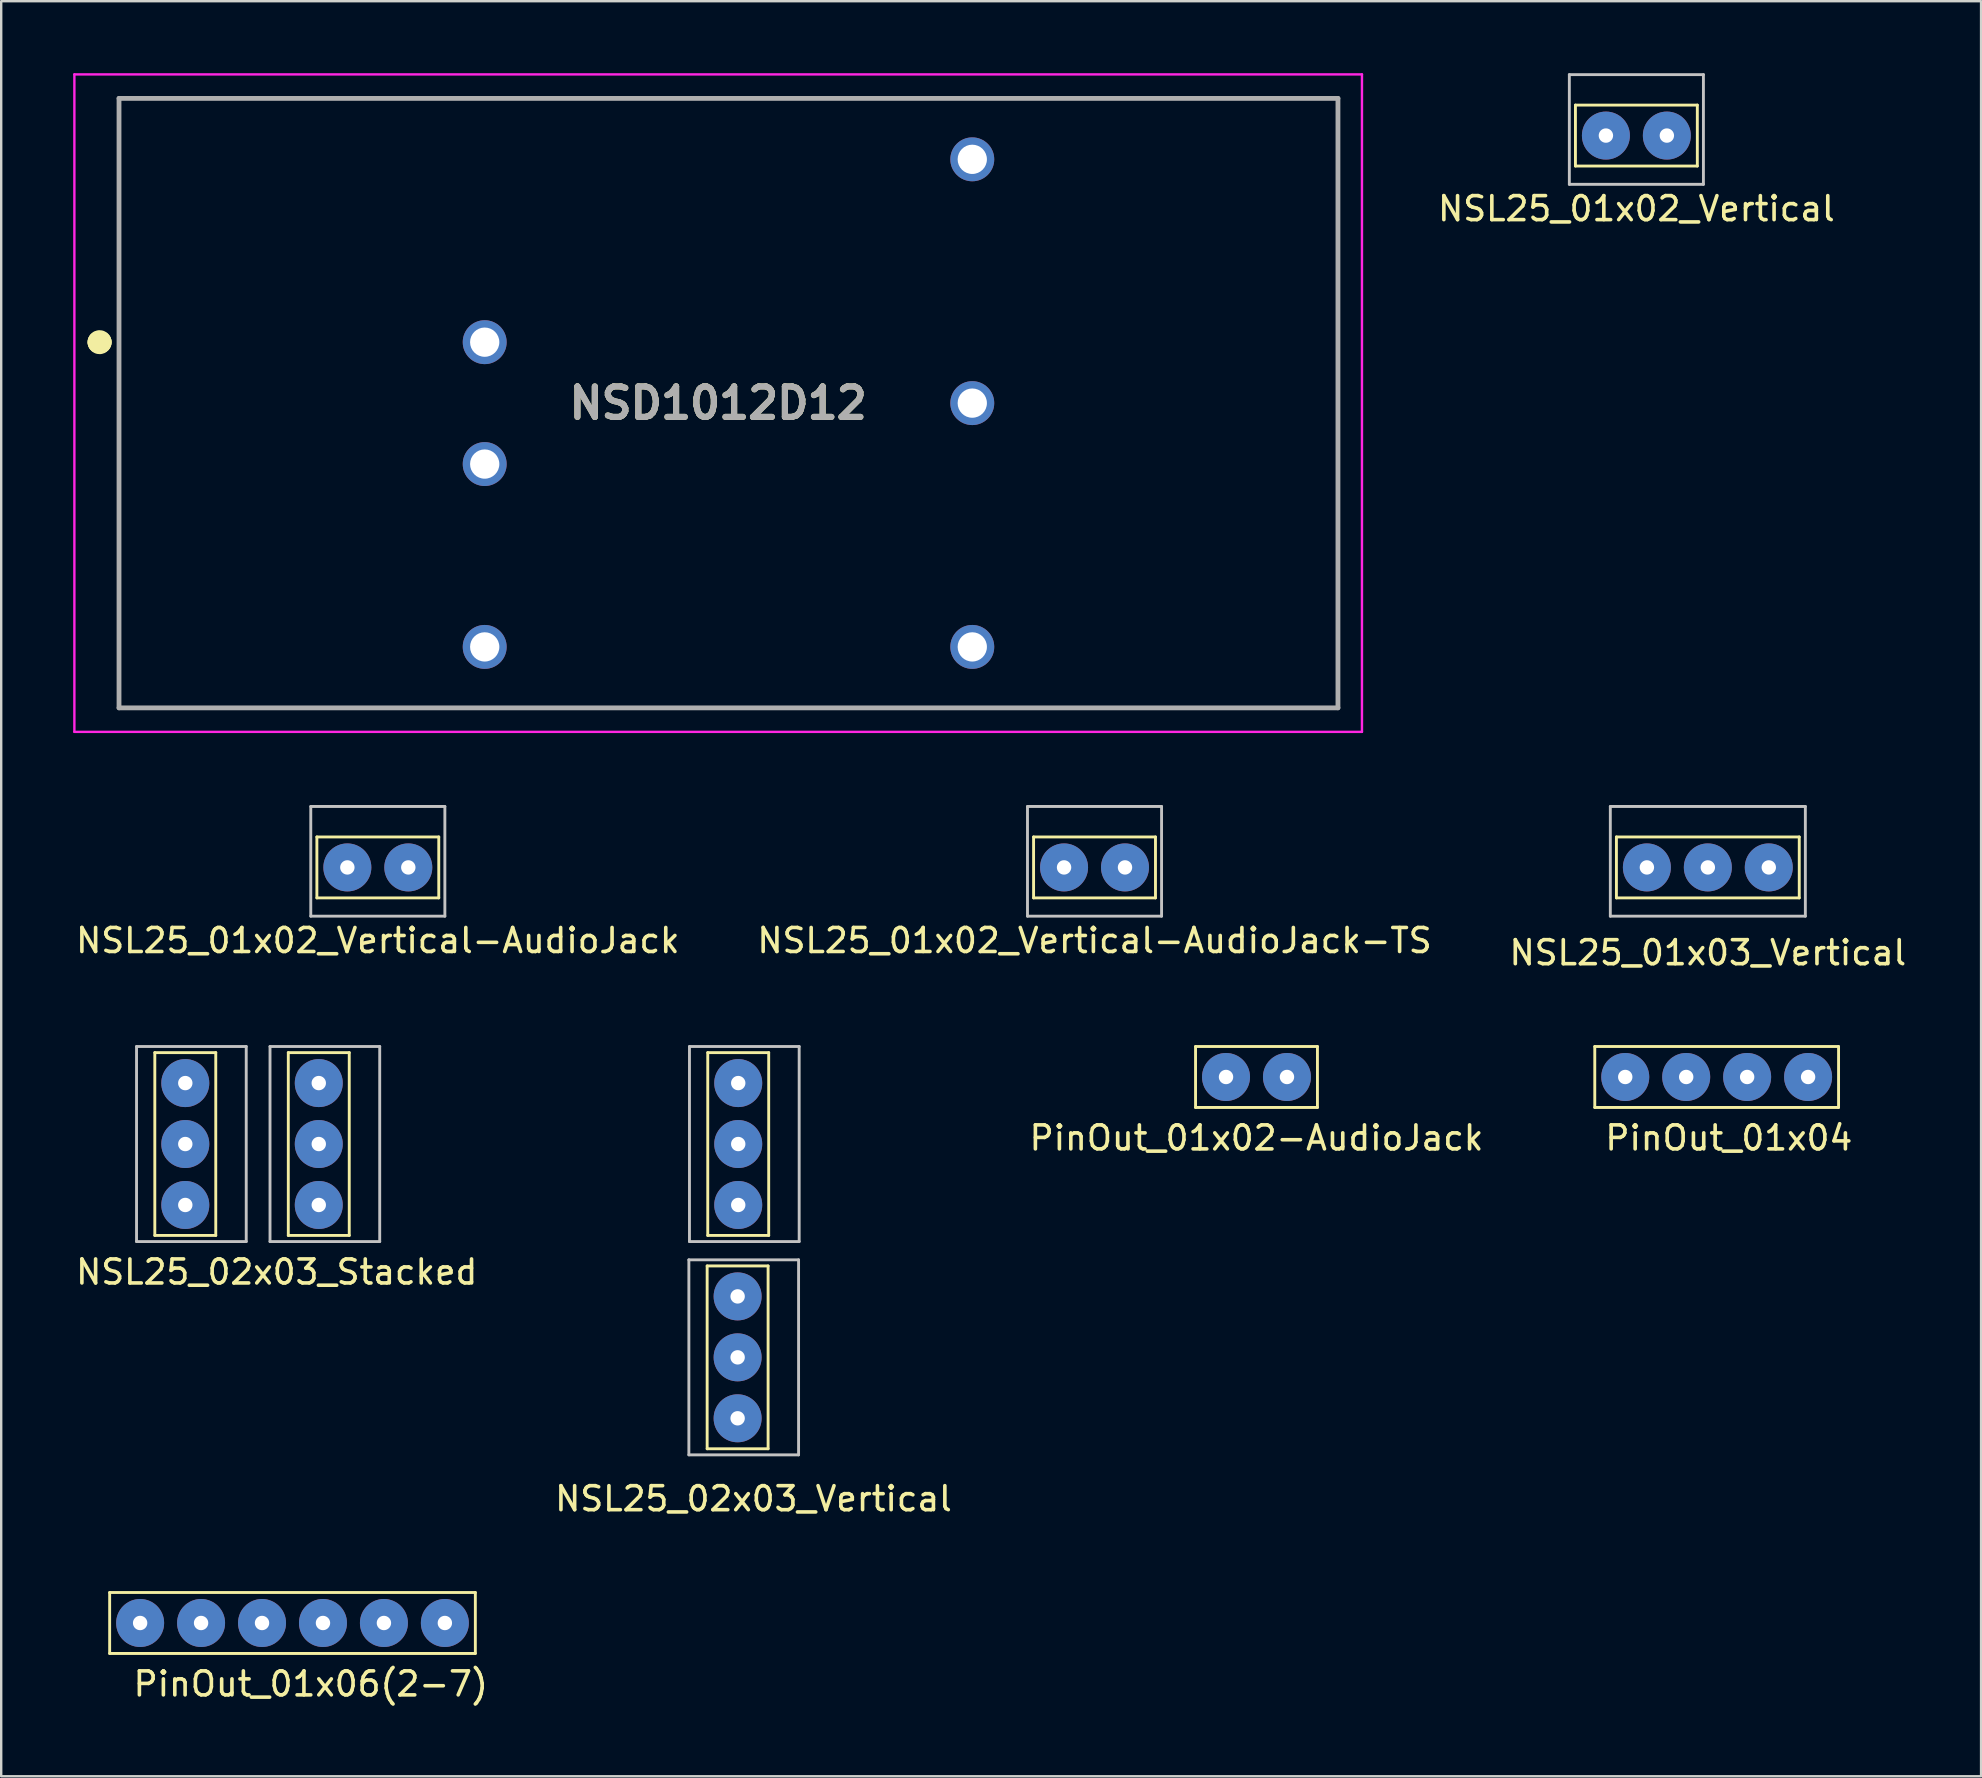
<source format=kicad_pcb>
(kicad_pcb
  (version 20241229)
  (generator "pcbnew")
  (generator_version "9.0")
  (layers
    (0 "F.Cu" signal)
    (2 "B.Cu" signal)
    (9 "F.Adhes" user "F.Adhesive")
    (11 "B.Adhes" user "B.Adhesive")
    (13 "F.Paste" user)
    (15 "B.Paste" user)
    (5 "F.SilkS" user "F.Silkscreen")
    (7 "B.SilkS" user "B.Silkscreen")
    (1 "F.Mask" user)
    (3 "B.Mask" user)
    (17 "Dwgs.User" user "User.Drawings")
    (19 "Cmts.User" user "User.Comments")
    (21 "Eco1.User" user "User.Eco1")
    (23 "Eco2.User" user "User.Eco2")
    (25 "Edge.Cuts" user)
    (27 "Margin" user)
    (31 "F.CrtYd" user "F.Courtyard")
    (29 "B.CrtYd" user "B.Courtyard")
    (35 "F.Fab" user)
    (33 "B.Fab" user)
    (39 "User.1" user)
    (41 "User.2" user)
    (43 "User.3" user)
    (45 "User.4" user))
  (footprint "NSL25_02x03_Vertical"
    (layer "F.Cu")
    (at 27.843 42.139)
    (property "Reference" "NSL25_02x03_Vertical" (at 0.508 17.272 0) (layer "F.SilkS") (effects (font (size 1 1) (thickness 0.15))))
    (attr through_hole)
    (fp_line (start -1.422 7.569) (end 1.118 7.569) (stroke (width 0.12) (type solid)) (layer "F.SilkS"))
    (fp_line (start -1.422 15.189) (end -1.422 7.569) (stroke (width 0.12) (type solid)) (layer "F.SilkS"))
    (fp_line (start -1.397 -1.321) (end 1.143 -1.321) (stroke (width 0.12) (type solid)) (layer "F.SilkS"))
    (fp_line (start -1.397 6.299) (end -1.397 -1.321) (stroke (width 0.12) (type solid)) (layer "F.SilkS"))
    (fp_line (start 1.118 7.569) (end 1.118 15.189) (stroke (width 0.12) (type solid)) (layer "F.SilkS"))
    (fp_line (start 1.118 15.189) (end -1.422 15.189) (stroke (width 0.12) (type solid)) (layer "F.SilkS"))
    (fp_line (start 1.143 -1.321) (end 1.143 6.299) (stroke (width 0.12) (type solid)) (layer "F.SilkS"))
    (fp_line (start 1.143 6.299) (end -1.397 6.299) (stroke (width 0.12) (type solid)) (layer "F.SilkS"))
    (fp_line (start -2.184 7.315) (end -2.184 15.443) (stroke (width 0.12) (type solid)) (layer "Dwgs.User"))
    (fp_line (start -2.159 -1.575) (end -2.159 6.553) (stroke (width 0.12) (type solid)) (layer "Dwgs.User"))
    (fp_line (start 2.388 7.315) (end -2.184 7.315) (stroke (width 0.12) (type solid)) (layer "Dwgs.User"))
    (fp_line (start 2.388 15.443) (end -2.184 15.443) (stroke (width 0.12) (type solid)) (layer "Dwgs.User"))
    (fp_line (start 2.388 15.443) (end 2.388 7.315) (stroke (width 0.12) (type solid)) (layer "Dwgs.User"))
    (fp_line (start 2.413 -1.575) (end -2.159 -1.575) (stroke (width 0.12) (type solid)) (layer "Dwgs.User"))
    (fp_line (start 2.413 6.553) (end -2.159 6.553) (stroke (width 0.12) (type solid)) (layer "Dwgs.User"))
    (fp_line (start 2.413 6.553) (end 2.413 -1.575) (stroke (width 0.12) (type solid)) (layer "Dwgs.User"))
    (pad "1" thru_hole circle (at -0.127 -0.051 270) (size 2 2) (drill 0.6) (layers "*.Cu" "*.Mask"))
    (pad "2" thru_hole circle (at -0.127 2.489 270) (size 2 2) (drill 0.6) (layers "*.Cu" "*.Mask"))
    (pad "3" thru_hole circle (at -0.127 5.029 270) (size 2 2) (drill 0.6) (layers "*.Cu" "*.Mask"))
    (pad "4" thru_hole circle (at -0.152 8.839 270) (size 2 2) (drill 0.6) (layers "*.Cu" "*.Mask"))
    (pad "5" thru_hole circle (at -0.152 11.379 270) (size 2 2) (drill 0.6) (layers "*.Cu" "*.Mask"))
    (pad "6" thru_hole circle (at -0.152 13.919 270) (size 2 2) (drill 0.6) (layers "*.Cu" "*.Mask")))
  (footprint "PinOut_01x04"
    (layer "F.Cu")
    (at 62.143 41.834)
    (property "Reference" "PinOut_01x04" (at 6.858 2.54 0) (layer "F.SilkS") (effects (font (size 1 1) (thickness 0.15))))
    (attr through_hole)
    (fp_line (start 1.27 -1.27) (end 11.43 -1.27) (stroke (width 0.12) (type solid)) (layer "F.SilkS"))
    (fp_line (start 1.27 1.27) (end 1.27 -1.27) (stroke (width 0.12) (type solid)) (layer "F.SilkS"))
    (fp_line (start 11.43 -1.27) (end 11.43 1.27) (stroke (width 0.12) (type solid)) (layer "F.SilkS"))
    (fp_line (start 11.43 1.27) (end 1.27 1.27) (stroke (width 0.12) (type solid)) (layer "F.SilkS"))
    (pad "1" thru_hole circle (at 2.54 0) (size 2 2) (drill 0.6) (layers "*.Cu" "*.Mask"))
    (pad "2" thru_hole circle (at 5.08 0) (size 2 2) (drill 0.6) (layers "*.Cu" "*.Mask"))
    (pad "3" thru_hole circle (at 7.62 0) (size 2 2) (drill 0.6) (layers "*.Cu" "*.Mask"))
    (pad "4" thru_hole circle (at 10.16 0) (size 2 2) (drill 0.6) (layers "*.Cu" "*.Mask")))
  (footprint "NSL25_01x02_Vertical"
    (layer "F.Cu")
    (at 63.877 2.6)
    (property "Reference" "NSL25_01x02_Vertical" (at 1.27 3.048 0) (layer "F.SilkS") (effects (font (size 1 1) (thickness 0.15))))
    (attr through_hole)
    (fp_line (start -1.27 -1.27) (end 3.81 -1.27) (stroke (width 0.12) (type solid)) (layer "F.SilkS"))
    (fp_line (start -1.27 1.27) (end -1.27 -1.27) (stroke (width 0.12) (type solid)) (layer "F.SilkS"))
    (fp_line (start 3.81 -1.27) (end 3.81 1.27) (stroke (width 0.12) (type solid)) (layer "F.SilkS"))
    (fp_line (start 3.81 1.27) (end -1.27 1.27) (stroke (width 0.12) (type solid)) (layer "F.SilkS"))
    (fp_line (start -1.524 -2.54) (end -1.524 2.032) (stroke (width 0.12) (type solid)) (layer "Dwgs.User"))
    (fp_line (start -1.524 2.032) (end 4.064 2.032) (stroke (width 0.12) (type solid)) (layer "Dwgs.User"))
    (fp_line (start 4.064 -2.54) (end -1.524 -2.54) (stroke (width 0.12) (type solid)) (layer "Dwgs.User"))
    (fp_line (start 4.064 2.032) (end 4.064 -2.54) (stroke (width 0.12) (type solid)) (layer "Dwgs.User"))
    (pad "1" thru_hole circle (at 0 0) (size 2 2) (drill 0.6) (layers "*.Cu" "*.Mask"))
    (pad "2" thru_hole circle (at 2.54 0) (size 2 2) (drill 0.6) (layers "*.Cu" "*.Mask")))
  (footprint "NSL25_02x03_Stacked"
    (layer "F.Cu")
    (at 7.339 44.425)
    (property "Reference" "NSL25_02x03_Stacked" (at 1.143 5.537 0) (layer "F.SilkS") (effects (font (size 1 1) (thickness 0.15))))
    (attr through_hole)
    (fp_line (start -3.937 -3.607) (end -1.397 -3.607) (stroke (width 0.12) (type solid)) (layer "F.SilkS"))
    (fp_line (start -3.937 4.013) (end -3.937 -3.607) (stroke (width 0.12) (type solid)) (layer "F.SilkS"))
    (fp_line (start -1.397 -3.607) (end -1.397 4.013) (stroke (width 0.12) (type solid)) (layer "F.SilkS"))
    (fp_line (start -1.397 4.013) (end -3.937 4.013) (stroke (width 0.12) (type solid)) (layer "F.SilkS"))
    (fp_line (start 1.626 -3.607) (end 4.166 -3.607) (stroke (width 0.12) (type solid)) (layer "F.SilkS"))
    (fp_line (start 1.626 4.013) (end 1.626 -3.607) (stroke (width 0.12) (type solid)) (layer "F.SilkS"))
    (fp_line (start 4.166 -3.607) (end 4.166 4.013) (stroke (width 0.12) (type solid)) (layer "F.SilkS"))
    (fp_line (start 4.166 4.013) (end 1.626 4.013) (stroke (width 0.12) (type solid)) (layer "F.SilkS"))
    (fp_line (start -4.699 -3.861) (end -4.699 4.267) (stroke (width 0.12) (type solid)) (layer "Dwgs.User"))
    (fp_line (start -0.127 -3.861) (end -4.699 -3.861) (stroke (width 0.12) (type solid)) (layer "Dwgs.User"))
    (fp_line (start -0.127 4.267) (end -4.699 4.267) (stroke (width 0.12) (type solid)) (layer "Dwgs.User"))
    (fp_line (start -0.127 4.267) (end -0.127 -3.861) (stroke (width 0.12) (type solid)) (layer "Dwgs.User"))
    (fp_line (start 0.864 -3.861) (end 0.864 4.267) (stroke (width 0.12) (type solid)) (layer "Dwgs.User"))
    (fp_line (start 5.436 -3.861) (end 0.864 -3.861) (stroke (width 0.12) (type solid)) (layer "Dwgs.User"))
    (fp_line (start 5.436 4.267) (end 0.864 4.267) (stroke (width 0.12) (type solid)) (layer "Dwgs.User"))
    (fp_line (start 5.436 4.267) (end 5.436 -3.861) (stroke (width 0.12) (type solid)) (layer "Dwgs.User"))
    (pad "1" thru_hole circle (at -2.667 -2.337 270) (size 2 2) (drill 0.6) (layers "*.Cu" "*.Mask"))
    (pad "2" thru_hole circle (at 2.896 -2.337 270) (size 2 2) (drill 0.6) (layers "*.Cu" "*.Mask"))
    (pad "3" thru_hole circle (at -2.667 0.203 270) (size 2 2) (drill 0.6) (layers "*.Cu" "*.Mask"))
    (pad "4" thru_hole circle (at 2.896 0.203 270) (size 2 2) (drill 0.6) (layers "*.Cu" "*.Mask"))
    (pad "5" thru_hole circle (at -2.667 2.743 270) (size 2 2) (drill 0.6) (layers "*.Cu" "*.Mask"))
    (pad "6" thru_hole circle (at 2.896 2.743 270) (size 2 2) (drill 0.6) (layers "*.Cu" "*.Mask")))
  (footprint "PinOut_01x06(2-7)"
    (layer "F.Cu")
    (at 0.25 64.589)
    (property "Reference" "PinOut_01x06(2-7)" (at 9.652 2.54 0) (layer "F.SilkS") (effects (font (size 1 1) (thickness 0.15))))
    (attr through_hole)
    (fp_line (start 1.27 -1.27) (end 16.51 -1.27) (stroke (width 0.12) (type solid)) (layer "F.SilkS"))
    (fp_line (start 1.27 1.27) (end 1.27 -1.27) (stroke (width 0.12) (type solid)) (layer "F.SilkS"))
    (fp_line (start 16.51 -1.27) (end 16.51 1.27) (stroke (width 0.12) (type solid)) (layer "F.SilkS"))
    (fp_line (start 16.51 1.27) (end 1.27 1.27) (stroke (width 0.12) (type solid)) (layer "F.SilkS"))
    (pad "2" thru_hole circle (at 2.54 0) (size 2 2) (drill 0.6) (layers "*.Cu" "*.Mask"))
    (pad "3" thru_hole circle (at 5.08 0) (size 2 2) (drill 0.6) (layers "*.Cu" "*.Mask"))
    (pad "4" thru_hole circle (at 7.62 0) (size 2 2) (drill 0.6) (layers "*.Cu" "*.Mask"))
    (pad "5" thru_hole circle (at 10.16 0) (size 2 2) (drill 0.6) (layers "*.Cu" "*.Mask"))
    (pad "6" thru_hole circle (at 12.7 0) (size 2 2) (drill 0.6) (layers "*.Cu" "*.Mask"))
    (pad "7" thru_hole circle (at 15.24 0) (size 2 2) (drill 0.6) (layers "*.Cu" "*.Mask")))
  (footprint "PinOut_01x02-AudioJack"
    (layer "F.Cu")
    (at 48.045 41.834)
    (property "Reference" "PinOut_01x02-AudioJack" (at 1.27 2.54 0) (layer "F.SilkS") (effects (font (size 1 1) (thickness 0.15))))
    (attr through_hole)
    (fp_line (start -1.27 -1.27) (end 3.81 -1.27) (stroke (width 0.12) (type solid)) (layer "F.SilkS"))
    (fp_line (start -1.27 1.27) (end -1.27 -1.27) (stroke (width 0.12) (type solid)) (layer "F.SilkS"))
    (fp_line (start 3.81 -1.27) (end 3.81 1.27) (stroke (width 0.12) (type solid)) (layer "F.SilkS"))
    (fp_line (start 3.81 1.27) (end -1.27 1.27) (stroke (width 0.12) (type solid)) (layer "F.SilkS"))
    (pad "G" thru_hole circle (at 2.54 0) (size 2 2) (drill 0.6) (layers "*.Cu" "*.Mask"))
    (pad "T" thru_hole circle (at 0 0) (size 2 2) (drill 0.6) (layers "*.Cu" "*.Mask")))
  (footprint "NSL25_01x03_Vertical"
    (layer "F.Cu")
    (at 65.585 33.1)
    (property "Reference" "NSL25_01x03_Vertical" (at 2.54 3.556 0) (layer "F.SilkS") (effects (font (size 1 1) (thickness 0.15))))
    (attr through_hole)
    (fp_line (start -1.27 -1.27) (end 6.35 -1.27) (stroke (width 0.12) (type solid)) (layer "F.SilkS"))
    (fp_line (start -1.27 1.27) (end -1.27 -1.27) (stroke (width 0.12) (type solid)) (layer "F.SilkS"))
    (fp_line (start 6.35 -1.27) (end 6.35 1.27) (stroke (width 0.12) (type solid)) (layer "F.SilkS"))
    (fp_line (start 6.35 1.27) (end -1.27 1.27) (stroke (width 0.12) (type solid)) (layer "F.SilkS"))
    (fp_line (start -1.524 -2.54) (end -1.524 2.032) (stroke (width 0.12) (type solid)) (layer "Dwgs.User"))
    (fp_line (start -1.524 2.032) (end 6.604 2.032) (stroke (width 0.12) (type solid)) (layer "Dwgs.User"))
    (fp_line (start 6.604 -2.54) (end -1.524 -2.54) (stroke (width 0.12) (type solid)) (layer "Dwgs.User"))
    (fp_line (start 6.604 -2.54) (end 6.604 2.032) (stroke (width 0.12) (type solid)) (layer "Dwgs.User"))
    (pad "1" thru_hole circle (at 0 0) (size 2 2) (drill 0.6) (layers "*.Cu" "*.Mask"))
    (pad "2" thru_hole circle (at 2.54 0) (size 2 2) (drill 0.6) (layers "*.Cu" "*.Mask"))
    (pad "3" thru_hole circle (at 5.08 0) (size 2 2) (drill 0.6) (layers "*.Cu" "*.Mask")))
  (footprint "NSL25_01x02_Vertical-AudioJack-TS"
    (layer "F.Cu")
    (at 41.295 33.1)
    (property "Reference" "NSL25_01x02_Vertical-AudioJack-TS" (at 1.27 3.048 0) (layer "F.SilkS") (effects (font (size 1 1) (thickness 0.15))))
    (attr through_hole)
    (fp_line (start -1.27 -1.27) (end 3.81 -1.27) (stroke (width 0.12) (type solid)) (layer "F.SilkS"))
    (fp_line (start -1.27 1.27) (end -1.27 -1.27) (stroke (width 0.12) (type solid)) (layer "F.SilkS"))
    (fp_line (start 3.81 -1.27) (end 3.81 1.27) (stroke (width 0.12) (type solid)) (layer "F.SilkS"))
    (fp_line (start 3.81 1.27) (end -1.27 1.27) (stroke (width 0.12) (type solid)) (layer "F.SilkS"))
    (fp_line (start -1.524 -2.54) (end -1.524 2.032) (stroke (width 0.12) (type solid)) (layer "Dwgs.User"))
    (fp_line (start -1.524 2.032) (end 4.064 2.032) (stroke (width 0.12) (type solid)) (layer "Dwgs.User"))
    (fp_line (start 4.064 -2.54) (end -1.524 -2.54) (stroke (width 0.12) (type solid)) (layer "Dwgs.User"))
    (fp_line (start 4.064 2.032) (end 4.064 -2.54) (stroke (width 0.12) (type solid)) (layer "Dwgs.User"))
    (pad "S" thru_hole circle (at 2.54 0) (size 2 2) (drill 0.6) (layers "*.Cu" "*.Mask"))
    (pad "T" thru_hole circle (at 0 0) (size 2 2) (drill 0.6) (layers "*.Cu" "*.Mask")))
  (footprint "NSL25_01x02_Vertical-AudioJack"
    (layer "F.Cu")
    (at 11.426 33.1)
    (property "Reference" "NSL25_01x02_Vertical-AudioJack" (at 1.27 3.048 0) (layer "F.SilkS") (effects (font (size 1 1) (thickness 0.15))))
    (attr through_hole)
    (fp_line (start -1.27 -1.27) (end 3.81 -1.27) (stroke (width 0.12) (type solid)) (layer "F.SilkS"))
    (fp_line (start -1.27 1.27) (end -1.27 -1.27) (stroke (width 0.12) (type solid)) (layer "F.SilkS"))
    (fp_line (start 3.81 -1.27) (end 3.81 1.27) (stroke (width 0.12) (type solid)) (layer "F.SilkS"))
    (fp_line (start 3.81 1.27) (end -1.27 1.27) (stroke (width 0.12) (type solid)) (layer "F.SilkS"))
    (fp_line (start -1.524 -2.54) (end -1.524 2.032) (stroke (width 0.12) (type solid)) (layer "Dwgs.User"))
    (fp_line (start -1.524 2.032) (end 4.064 2.032) (stroke (width 0.12) (type solid)) (layer "Dwgs.User"))
    (fp_line (start 4.064 -2.54) (end -1.524 -2.54) (stroke (width 0.12) (type solid)) (layer "Dwgs.User"))
    (fp_line (start 4.064 2.032) (end 4.064 -2.54) (stroke (width 0.12) (type solid)) (layer "Dwgs.User"))
    (pad "G" thru_hole circle (at 2.54 0) (size 2 2) (drill 0.6) (layers "*.Cu" "*.Mask"))
    (pad "T" thru_hole circle (at 0 0) (size 2 2) (drill 0.6) (layers "*.Cu" "*.Mask")))
  (footprint "NSD1012D12"
    (layer "F.Cu")
    (at 17.15 11.21)
    (property "Reference" "NSD1012D12" (at 9.73 2.54 0) (layer "F.SilkS") (effects (font (size 1.27 1.27) (thickness 0.254))))
    (attr through_hole)
    (fp_line (start -16.1 0) (end -16.1 0) (stroke (width 0.9) (type solid)) (layer "F.SilkS"))
    (fp_line (start -16 0) (end -16 0) (stroke (width 0.9) (type solid)) (layer "F.SilkS"))
    (fp_line (start -15.24 -10.16) (end 35.56 -10.16) (stroke (width 0.1) (type solid)) (layer "F.SilkS"))
    (fp_line (start -15.24 15.24) (end -15.24 -10.16) (stroke (width 0.1) (type solid)) (layer "F.SilkS"))
    (fp_line (start 35.56 -10.16) (end 35.56 15.24) (stroke (width 0.1) (type solid)) (layer "F.SilkS"))
    (fp_line (start 35.56 15.24) (end -15.24 15.24) (stroke (width 0.1) (type solid)) (layer "F.SilkS"))
    (fp_arc (start -16.1 0) (mid -16.05 -0.05) (end -16 0) (stroke (width 0.9) (type solid)) (layer "F.SilkS"))
    (fp_arc (start -16 0) (mid -16.05 0.05) (end -16.1 0) (stroke (width 0.9) (type solid)) (layer "F.SilkS"))
    (fp_line (start -17.1 -11.16) (end 36.56 -11.16) (stroke (width 0.1) (type solid)) (layer "F.CrtYd"))
    (fp_line (start -17.1 16.24) (end -17.1 -11.16) (stroke (width 0.1) (type solid)) (layer "F.CrtYd"))
    (fp_line (start 36.56 -11.16) (end 36.56 16.24) (stroke (width 0.1) (type solid)) (layer "F.CrtYd"))
    (fp_line (start 36.56 16.24) (end -17.1 16.24) (stroke (width 0.1) (type solid)) (layer "F.CrtYd"))
    (fp_line (start -15.24 -10.16) (end 35.56 -10.16) (stroke (width 0.2) (type solid)) (layer "F.Fab"))
    (fp_line (start -15.24 15.24) (end -15.24 -10.16) (stroke (width 0.2) (type solid)) (layer "F.Fab"))
    (fp_line (start 35.56 -10.16) (end 35.56 15.24) (stroke (width 0.2) (type solid)) (layer "F.Fab"))
    (fp_line (start 35.56 15.24) (end -15.24 15.24) (stroke (width 0.2) (type solid)) (layer "F.Fab"))
    (fp_text user "${REFERENCE}" (at 9.73 2.54 0) (layer "F.Fab") (effects (font (size 1.27 1.27) (thickness 0.254))))
    (pad "1" thru_hole circle (at 0 0) (size 1.83 1.83) (drill 1.22) (layers "*.Cu" "*.Mask"))
    (pad "2" thru_hole circle (at 0 5.08) (size 1.83 1.83) (drill 1.22) (layers "*.Cu" "*.Mask"))
    (pad "3" thru_hole circle (at 20.32 -7.62) (size 1.83 1.83) (drill 1.22) (layers "*.Cu" "*.Mask"))
    (pad "4" thru_hole circle (at 20.32 2.54) (size 1.83 1.83) (drill 1.22) (layers "*.Cu" "*.Mask"))
    (pad "5" thru_hole circle (at 20.32 12.7) (size 1.83 1.83) (drill 1.22) (layers "*.Cu" "*.Mask"))
    (pad "6" thru_hole circle (at 0 12.7) (size 1.83 1.83) (drill 1.22) (layers "*.Cu" "*.Mask")))
  (gr_rect
    (start -3 -3)
    (end 79.512 70.978)
    (stroke (width 0.1) (type default))
    (fill no)
    (layer "Edge.Cuts")))
</source>
